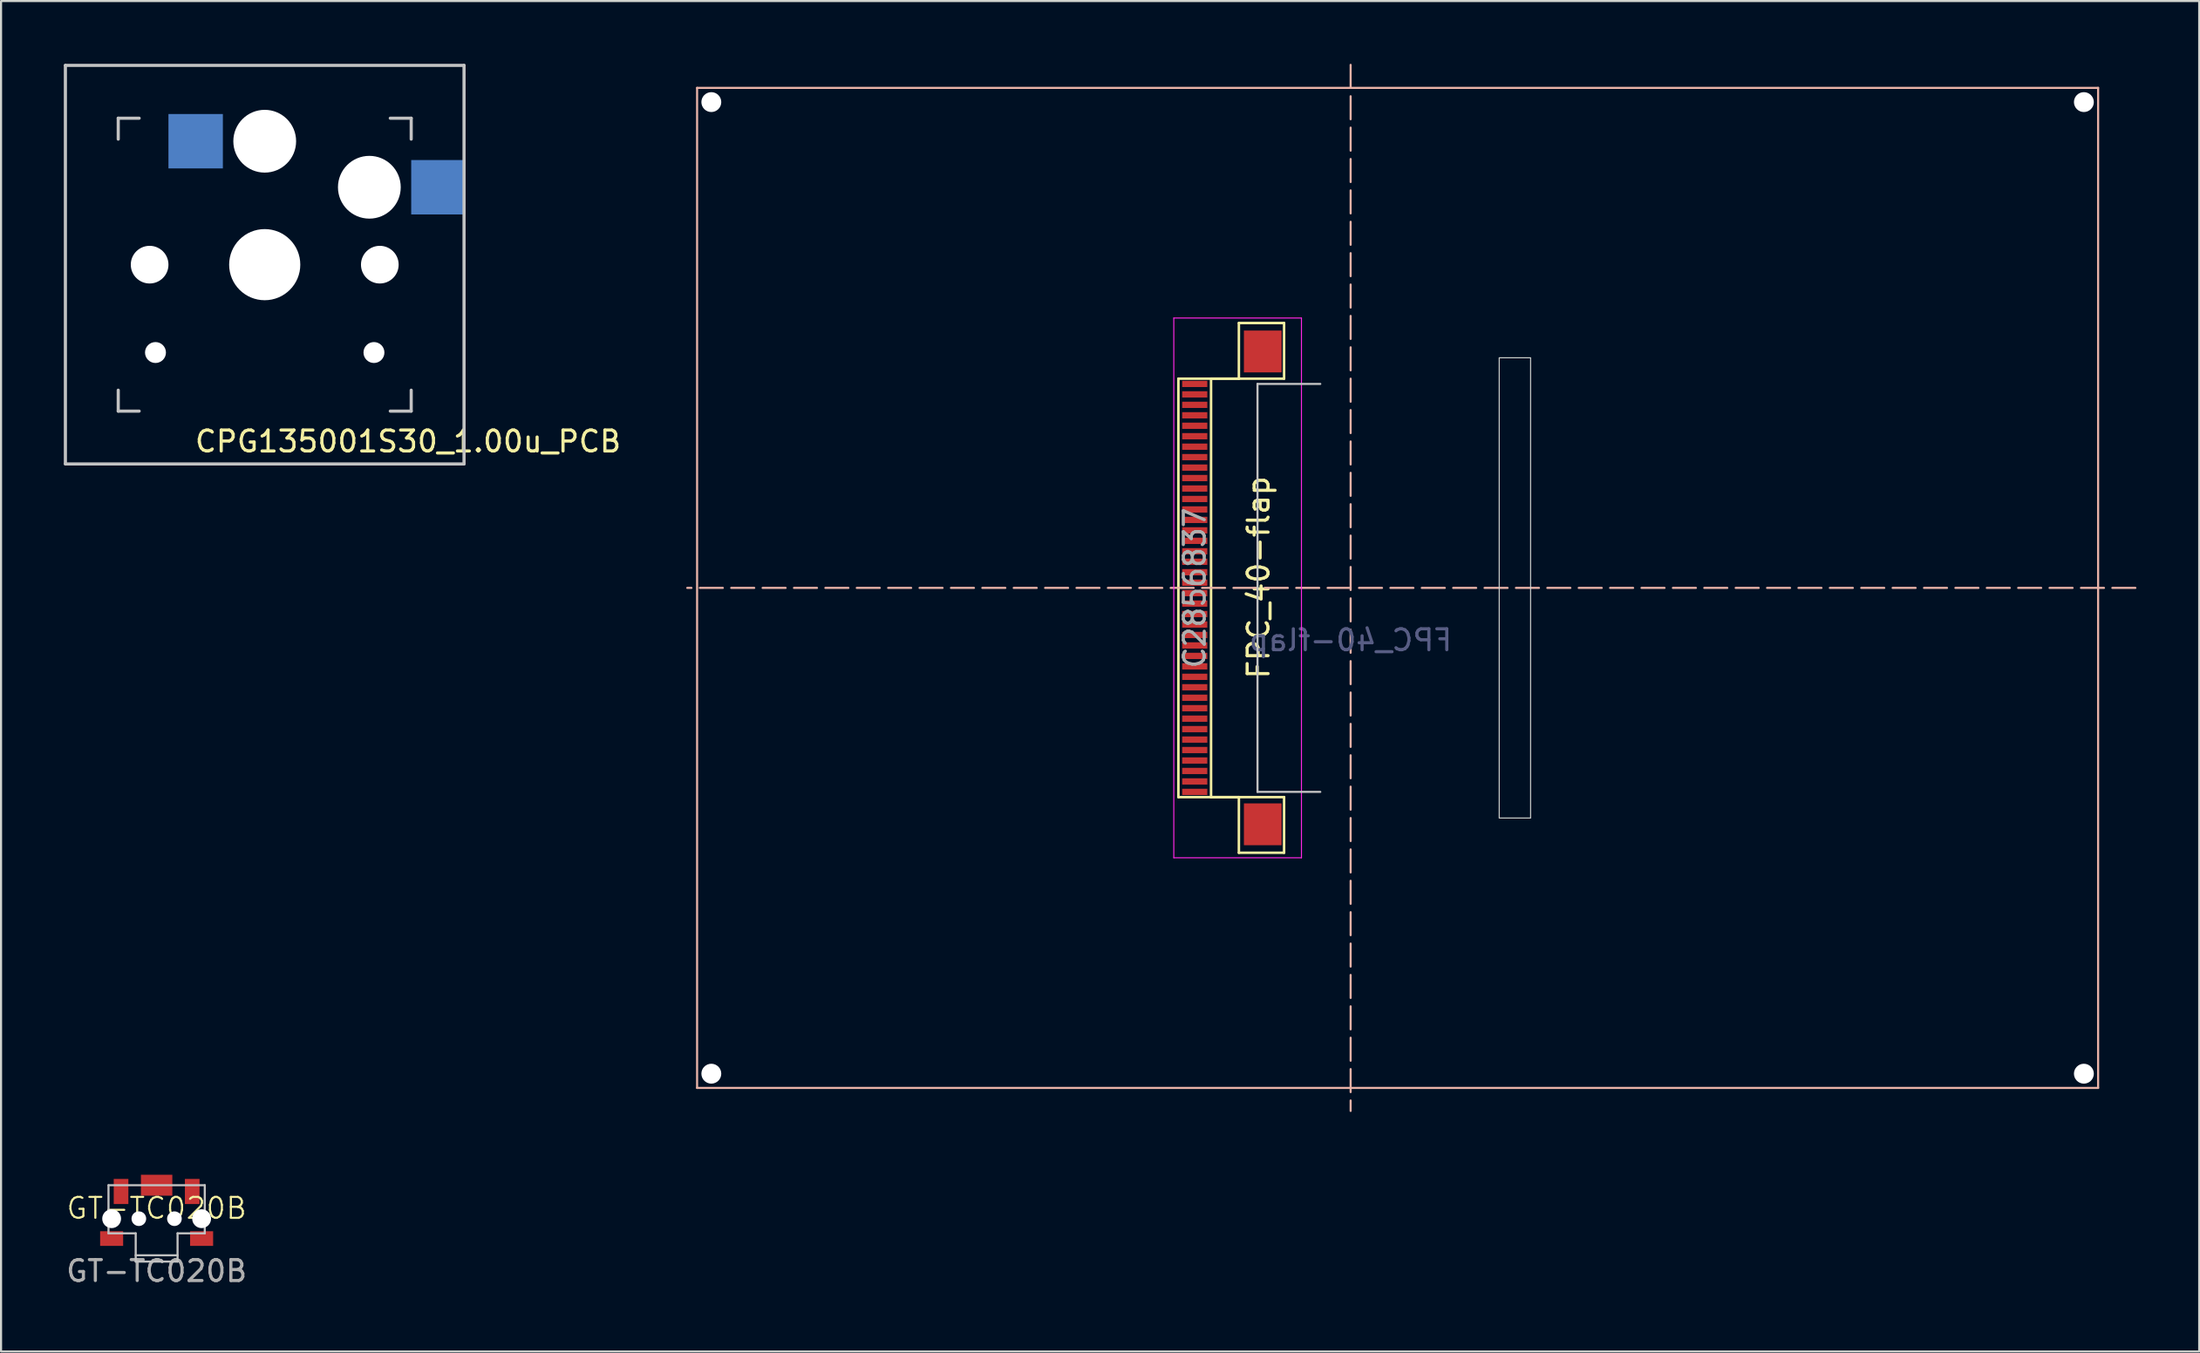
<source format=kicad_pcb>
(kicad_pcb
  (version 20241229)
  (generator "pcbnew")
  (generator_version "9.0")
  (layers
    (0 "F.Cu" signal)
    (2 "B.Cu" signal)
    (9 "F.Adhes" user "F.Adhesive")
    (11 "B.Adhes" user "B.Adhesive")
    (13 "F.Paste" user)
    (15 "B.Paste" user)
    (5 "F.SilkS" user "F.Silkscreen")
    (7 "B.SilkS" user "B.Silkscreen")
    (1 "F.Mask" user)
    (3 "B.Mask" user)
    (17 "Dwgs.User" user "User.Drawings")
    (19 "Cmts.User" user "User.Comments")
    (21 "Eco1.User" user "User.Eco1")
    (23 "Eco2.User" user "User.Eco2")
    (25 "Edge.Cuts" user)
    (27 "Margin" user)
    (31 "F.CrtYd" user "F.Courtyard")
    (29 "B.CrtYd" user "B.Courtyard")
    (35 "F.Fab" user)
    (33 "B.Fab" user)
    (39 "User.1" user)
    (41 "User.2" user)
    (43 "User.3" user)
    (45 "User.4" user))
  (footprint "GT-TC020B"
    (layer "F.Cu")
    (at 4.435 55.2)
    (property "Reference" "GT-TC020B" (at 0 -0.5 0) (unlocked yes) (layer "F.SilkS") (effects (font (size 1 1) (thickness 0.1))))
    (attr smd)
    (fp_line (start -2.3 0.7) (end -2.3 -1.6) (stroke (width 0.1) (type default)) (layer "Dwgs.User"))
    (fp_line (start -2.3 0.7) (end -1 0.7) (stroke (width 0.1) (type default)) (layer "Dwgs.User"))
    (fp_line (start -1 0.7) (end -1 2.05) (stroke (width 0.1) (type default)) (layer "Dwgs.User"))
    (fp_line (start -1 1.75) (end 1 1.75) (stroke (width 0.1) (type default)) (layer "Dwgs.User"))
    (fp_line (start -1 2.05) (end 1 2.05) (stroke (width 0.1) (type default)) (layer "Dwgs.User"))
    (fp_line (start 1 0.7) (end 1 2.05) (stroke (width 0.1) (type default)) (layer "Dwgs.User"))
    (fp_line (start 1 0.7) (end 2.3 0.7) (stroke (width 0.1) (type default)) (layer "Dwgs.User"))
    (fp_line (start 2.3 -1.6) (end -2.3 -1.6) (stroke (width 0.1) (type default)) (layer "Dwgs.User"))
    (fp_line (start 2.3 -1.6) (end 2.3 0.7) (stroke (width 0.1) (type default)) (layer "Dwgs.User"))
    (fp_text user "${REFERENCE}" (at 0 2.5 0) (unlocked yes) (layer "F.Fab") (effects (font (size 1 1) (thickness 0.15))))
    (pad "" np_thru_hole circle (at -2.15 0) (size 0.9 0.9) (drill 0.9) (layers "*.Cu" "*.Mask"))
    (pad "" smd rect (at -2.15 0.95) (size 1.1 0.7) (layers "F.Cu" "F.Mask" "F.Paste"))
    (pad "" np_thru_hole circle (at -0.85 0) (size 0.7 0.7) (drill 0.7) (layers "*.Cu" "*.Mask"))
    (pad "" smd rect (at 0 -1.6) (size 1.5 1) (layers "F.Cu" "F.Mask" "F.Paste"))
    (pad "" np_thru_hole circle (at 0.85 0) (size 0.7 0.7) (drill 0.7) (layers "*.Cu" "*.Mask"))
    (pad "" np_thru_hole circle (at 2.15 0) (size 0.9 0.9) (drill 0.9) (layers "*.Cu" "*.Mask"))
    (pad "" smd rect (at 2.15 0.95) (size 1.1 0.7) (layers "F.Cu" "F.Mask" "F.Paste"))
    (pad "1" smd rect (at -1.7 -1.3) (size 0.7 1.2) (layers "F.Cu" "F.Mask" "F.Paste"))
    (pad "2" smd rect (at 1.7 -1.3) (size 0.7 1.2) (layers "F.Cu" "F.Mask" "F.Paste")))
  (footprint "CPG135001S30_1.00u_PCB"
    (layer "F.Cu")
    (at 9.6 9.6)
    (property "Reference" "CPG135001S30_1.00u_PCB" (at 6.85 8.45 180) (layer "F.SilkS") (effects (font (size 1 1) (thickness 0.15))))
    (attr through_hole)
    (fp_line (start -9.525 -9.525) (end 9.525 -9.525) (stroke (width 0.15) (type solid)) (layer "Dwgs.User"))
    (fp_line (start -9.525 9.525) (end -9.525 -9.525) (stroke (width 0.15) (type solid)) (layer "Dwgs.User"))
    (fp_line (start -7 -7) (end -7 -6) (stroke (width 0.15) (type solid)) (layer "Dwgs.User"))
    (fp_line (start -7 6) (end -7 7) (stroke (width 0.15) (type solid)) (layer "Dwgs.User"))
    (fp_line (start -7 7) (end -6 7) (stroke (width 0.15) (type solid)) (layer "Dwgs.User"))
    (fp_line (start -6 -7) (end -7 -7) (stroke (width 0.15) (type solid)) (layer "Dwgs.User"))
    (fp_line (start 6 -7) (end 7 -7) (stroke (width 0.15) (type solid)) (layer "Dwgs.User"))
    (fp_line (start 7 -7) (end 7 -6) (stroke (width 0.15) (type solid)) (layer "Dwgs.User"))
    (fp_line (start 7 6) (end 7 7) (stroke (width 0.15) (type solid)) (layer "Dwgs.User"))
    (fp_line (start 7 7) (end 6 7) (stroke (width 0.15) (type solid)) (layer "Dwgs.User"))
    (fp_line (start 9.525 -9.525) (end 9.525 9.525) (stroke (width 0.15) (type solid)) (layer "Dwgs.User"))
    (fp_line (start 9.525 9.525) (end -9.525 9.525) (stroke (width 0.15) (type solid)) (layer "Dwgs.User"))
    (pad "" np_thru_hole circle (at -5.5 0 270) (size 1.8 1.8) (drill 1.8) (layers "*.Cu" "*.Mask"))
    (pad "" np_thru_hole circle (at -5.22 4.2) (size 1 1) (drill 1) (layers "*.Cu" "*.Mask"))
    (pad "" np_thru_hole circle (at 0 -5.9 270) (size 3 3) (drill 3) (layers "*.Cu" "*.Mask"))
    (pad "" np_thru_hole circle (at 0 0 270) (size 3.4 3.4) (drill 3.4) (layers "*.Cu" "*.Mask"))
    (pad "" np_thru_hole circle (at 5 -3.7 270) (size 3 3) (drill 3) (layers "*.Cu" "*.Mask"))
    (pad "" np_thru_hole circle (at 5.22 4.2) (size 1 1) (drill 1) (layers "*.Cu" "*.Mask"))
    (pad "" np_thru_hole circle (at 5.5 0 270) (size 1.8 1.8) (drill 1.8) (layers "*.Cu" "*.Mask"))
    (pad "1" smd rect (at 8.3 -3.7) (size 2.6 2.6) (layers "B.Cu" "B.Mask" "B.Paste"))
    (pad "2" smd rect (at -3.3 -5.9) (size 2.6 2.6) (layers "B.Cu" "B.Mask" "B.Paste")))
  (footprint "FPC_40-flap"
    (layer "F.Cu")
    (at 61.492 25.05)
    (property "Reference" "FPC_40-flap" (at -4.4 -0.5 270) (layer "F.SilkS") (effects (font (size 1 1) (thickness 0.15))))
    (property "LCSC" "C2856837" (at -7.45 0 90) (layer "F.Fab") (effects (font (size 1 1) (thickness 0.15))))
    (attr through_hole)
    (fp_line (start -8.23 10) (end -8.23 -10) (stroke (width 0.12) (type default)) (layer "F.SilkS"))
    (fp_line (start -6.67 -10) (end -3.18 -10) (stroke (width 0.12) (type default)) (layer "F.SilkS"))
    (fp_line (start -6.67 10) (end -6.67 -10) (stroke (width 0.12) (type default)) (layer "F.SilkS"))
    (fp_line (start -6.67 10) (end -3.18 10) (stroke (width 0.12) (type default)) (layer "F.SilkS"))
    (fp_line (start -5.34 -12.66) (end -5.34 -10) (stroke (width 0.12) (type default)) (layer "F.SilkS"))
    (fp_line (start -5.34 -10) (end -8.23 -10) (stroke (width 0.12) (type default)) (layer "F.SilkS"))
    (fp_line (start -5.34 10) (end -8.23 10) (stroke (width 0.12) (type default)) (layer "F.SilkS"))
    (fp_line (start -5.34 12.66) (end -5.34 10) (stroke (width 0.12) (type default)) (layer "F.SilkS"))
    (fp_line (start -3.18 -12.66) (end -5.34 -12.66) (stroke (width 0.12) (type default)) (layer "F.SilkS"))
    (fp_line (start -3.18 -10) (end -3.18 -12.66) (stroke (width 0.12) (type default)) (layer "F.SilkS"))
    (fp_line (start -3.18 10) (end -3.18 12.66) (stroke (width 0.12) (type default)) (layer "F.SilkS"))
    (fp_line (start -3.18 12.66) (end -5.34 12.66) (stroke (width 0.12) (type default)) (layer "F.SilkS"))
    (fp_line (start -31.23 -23.9) (end -31.23 23.9) (stroke (width 0.1) (type default)) (layer "B.SilkS"))
    (fp_line (start 0 -25) (end 0 25) (stroke (width 0.1) (type dash)) (layer "B.SilkS"))
    (fp_line (start 35.72 -23.9) (end -31.23 -23.9) (stroke (width 0.1) (type default)) (layer "B.SilkS"))
    (fp_line (start 35.72 -23.9) (end 35.72 23.9) (stroke (width 0.1) (type default)) (layer "B.SilkS"))
    (fp_line (start 35.72 23.9) (end -31.23 23.9) (stroke (width 0.1) (type default)) (layer "B.SilkS"))
    (fp_line (start 37.5 0) (end -31.7 0) (stroke (width 0.1) (type dash)) (layer "B.SilkS"))
    (fp_line (start -4.45 -9.75) (end -1.45 -9.75) (stroke (width 0.1) (type default)) (layer "Dwgs.User"))
    (fp_line (start -4.45 9.75) (end -4.45 -9.75) (stroke (width 0.1) (type default)) (layer "Dwgs.User"))
    (fp_line (start -4.45 9.75) (end -1.45 9.75) (stroke (width 0.1) (type default)) (layer "Dwgs.User"))
    (fp_rect (start 8.6 -11) (end 7.1 11) (stroke (width 0.05) (type default)) (fill no) (layer "Edge.Cuts"))
    (fp_line (start -8.45 -12.9) (end -2.35 -12.9) (stroke (width 0.05) (type default)) (layer "F.CrtYd"))
    (fp_line (start -8.45 12.9) (end -8.45 -12.9) (stroke (width 0.05) (type default)) (layer "F.CrtYd"))
    (fp_line (start -8.45 12.9) (end -2.35 12.9) (stroke (width 0.05) (type default)) (layer "F.CrtYd"))
    (fp_line (start -2.35 12.9) (end -2.35 -12.9) (stroke (width 0.05) (type default)) (layer "F.CrtYd"))
    (fp_text user "${REFERENCE}" (at 0 2.5 0) (unlocked yes) (layer "B.Fab") (effects (font (size 1 1) (thickness 0.15)) (justify mirror)))
    (pad "" np_thru_hole circle (at -30.55 -23.22) (size 0.95 0.95) (drill 0.95) (layers "*.Cu" "*.Mask"))
    (pad "" np_thru_hole circle (at -30.55 23.22) (size 0.95 0.95) (drill 0.95) (layers "*.Cu" "*.Mask"))
    (pad "" np_thru_hole circle (at 35.04 -23.22) (size 0.95 0.95) (drill 0.95) (layers "*.Cu" "*.Mask"))
    (pad "" np_thru_hole circle (at 35.04 23.22) (size 0.95 0.95) (drill 0.95) (layers "*.Cu" "*.Mask"))
    (pad "0" smd rect (at -4.2 -11.3 90) (size 2 1.8) (layers "F.Cu" "F.Mask" "F.Paste"))
    (pad "0" smd rect (at -4.2 11.3 90) (size 2 1.8) (layers "F.Cu" "F.Mask" "F.Paste"))
    (pad "1" smd rect (at -7.45 -9.75 90) (size 0.3 1.2) (layers "F.Cu" "F.Mask" "F.Paste"))
    (pad "2" smd rect (at -7.45 -9.25 90) (size 0.3 1.2) (layers "F.Cu" "F.Mask" "F.Paste"))
    (pad "3" smd rect (at -7.45 -8.75 90) (size 0.3 1.2) (layers "F.Cu" "F.Mask" "F.Paste"))
    (pad "4" smd rect (at -7.45 -8.25 90) (size 0.3 1.2) (layers "F.Cu" "F.Mask" "F.Paste"))
    (pad "5" smd rect (at -7.45 -7.75 90) (size 0.3 1.2) (layers "F.Cu" "F.Mask" "F.Paste"))
    (pad "6" smd rect (at -7.45 -7.25 90) (size 0.3 1.2) (layers "F.Cu" "F.Mask" "F.Paste"))
    (pad "7" smd rect (at -7.45 -6.75 90) (size 0.3 1.2) (layers "F.Cu" "F.Mask" "F.Paste"))
    (pad "8" smd rect (at -7.45 -6.25 90) (size 0.3 1.2) (layers "F.Cu" "F.Mask" "F.Paste"))
    (pad "9" smd rect (at -7.45 -5.75 90) (size 0.3 1.2) (layers "F.Cu" "F.Mask" "F.Paste"))
    (pad "10" smd rect (at -7.45 -5.25 90) (size 0.3 1.2) (layers "F.Cu" "F.Mask" "F.Paste"))
    (pad "11" smd rect (at -7.45 -4.75 90) (size 0.3 1.2) (layers "F.Cu" "F.Mask" "F.Paste"))
    (pad "12" smd rect (at -7.45 -4.25 90) (size 0.3 1.2) (layers "F.Cu" "F.Mask" "F.Paste"))
    (pad "13" smd rect (at -7.45 -3.75 90) (size 0.3 1.2) (layers "F.Cu" "F.Mask" "F.Paste"))
    (pad "14" smd rect (at -7.45 -3.25 90) (size 0.3 1.2) (layers "F.Cu" "F.Mask" "F.Paste"))
    (pad "15" smd rect (at -7.45 -2.75 90) (size 0.3 1.2) (layers "F.Cu" "F.Mask" "F.Paste"))
    (pad "16" smd rect (at -7.45 -2.25 90) (size 0.3 1.2) (layers "F.Cu" "F.Mask" "F.Paste"))
    (pad "17" smd rect (at -7.45 -1.75 90) (size 0.3 1.2) (layers "F.Cu" "F.Mask" "F.Paste"))
    (pad "18" smd rect (at -7.45 -1.25 90) (size 0.3 1.2) (layers "F.Cu" "F.Mask" "F.Paste"))
    (pad "19" smd rect (at -7.45 -0.75 90) (size 0.3 1.2) (layers "F.Cu" "F.Mask" "F.Paste"))
    (pad "20" smd rect (at -7.45 -0.25 90) (size 0.3 1.2) (layers "F.Cu" "F.Mask" "F.Paste"))
    (pad "21" smd rect (at -7.45 0.25 90) (size 0.3 1.2) (layers "F.Cu" "F.Mask" "F.Paste"))
    (pad "22" smd rect (at -7.45 0.75 90) (size 0.3 1.2) (layers "F.Cu" "F.Mask" "F.Paste"))
    (pad "23" smd rect (at -7.45 1.25 90) (size 0.3 1.2) (layers "F.Cu" "F.Mask" "F.Paste"))
    (pad "24" smd rect (at -7.45 1.75 90) (size 0.3 1.2) (layers "F.Cu" "F.Mask" "F.Paste"))
    (pad "25" smd rect (at -7.45 2.25 90) (size 0.3 1.2) (layers "F.Cu" "F.Mask" "F.Paste"))
    (pad "26" smd rect (at -7.45 2.75 90) (size 0.3 1.2) (layers "F.Cu" "F.Mask" "F.Paste"))
    (pad "27" smd rect (at -7.45 3.25 90) (size 0.3 1.2) (layers "F.Cu" "F.Mask" "F.Paste"))
    (pad "28" smd rect (at -7.45 3.75 90) (size 0.3 1.2) (layers "F.Cu" "F.Mask" "F.Paste"))
    (pad "29" smd rect (at -7.45 4.25 90) (size 0.3 1.2) (layers "F.Cu" "F.Mask" "F.Paste"))
    (pad "30" smd rect (at -7.45 4.75 90) (size 0.3 1.2) (layers "F.Cu" "F.Mask" "F.Paste"))
    (pad "31" smd rect (at -7.45 5.25 90) (size 0.3 1.2) (layers "F.Cu" "F.Mask" "F.Paste"))
    (pad "32" smd rect (at -7.45 5.75 90) (size 0.3 1.2) (layers "F.Cu" "F.Mask" "F.Paste"))
    (pad "33" smd rect (at -7.45 6.25 90) (size 0.3 1.2) (layers "F.Cu" "F.Mask" "F.Paste"))
    (pad "34" smd rect (at -7.45 6.75 90) (size 0.3 1.2) (layers "F.Cu" "F.Mask" "F.Paste"))
    (pad "35" smd rect (at -7.45 7.25 90) (size 0.3 1.2) (layers "F.Cu" "F.Mask" "F.Paste"))
    (pad "36" smd rect (at -7.45 7.75 90) (size 0.3 1.2) (layers "F.Cu" "F.Mask" "F.Paste"))
    (pad "37" smd rect (at -7.45 8.25 90) (size 0.3 1.2) (layers "F.Cu" "F.Mask" "F.Paste"))
    (pad "38" smd rect (at -7.45 8.75 90) (size 0.3 1.2) (layers "F.Cu" "F.Mask" "F.Paste"))
    (pad "39" smd rect (at -7.45 9.25 90) (size 0.3 1.2) (layers "F.Cu" "F.Mask" "F.Paste"))
    (pad "40" smd rect (at -7.45 9.75 90) (size 0.3 1.2) (layers "F.Cu" "F.Mask" "F.Paste")))
  (gr_rect
    (start -3 -3)
    (end 102.042 61.548)
    (stroke (width 0.1) (type default))
    (fill no)
    (layer "Edge.Cuts")))
</source>
